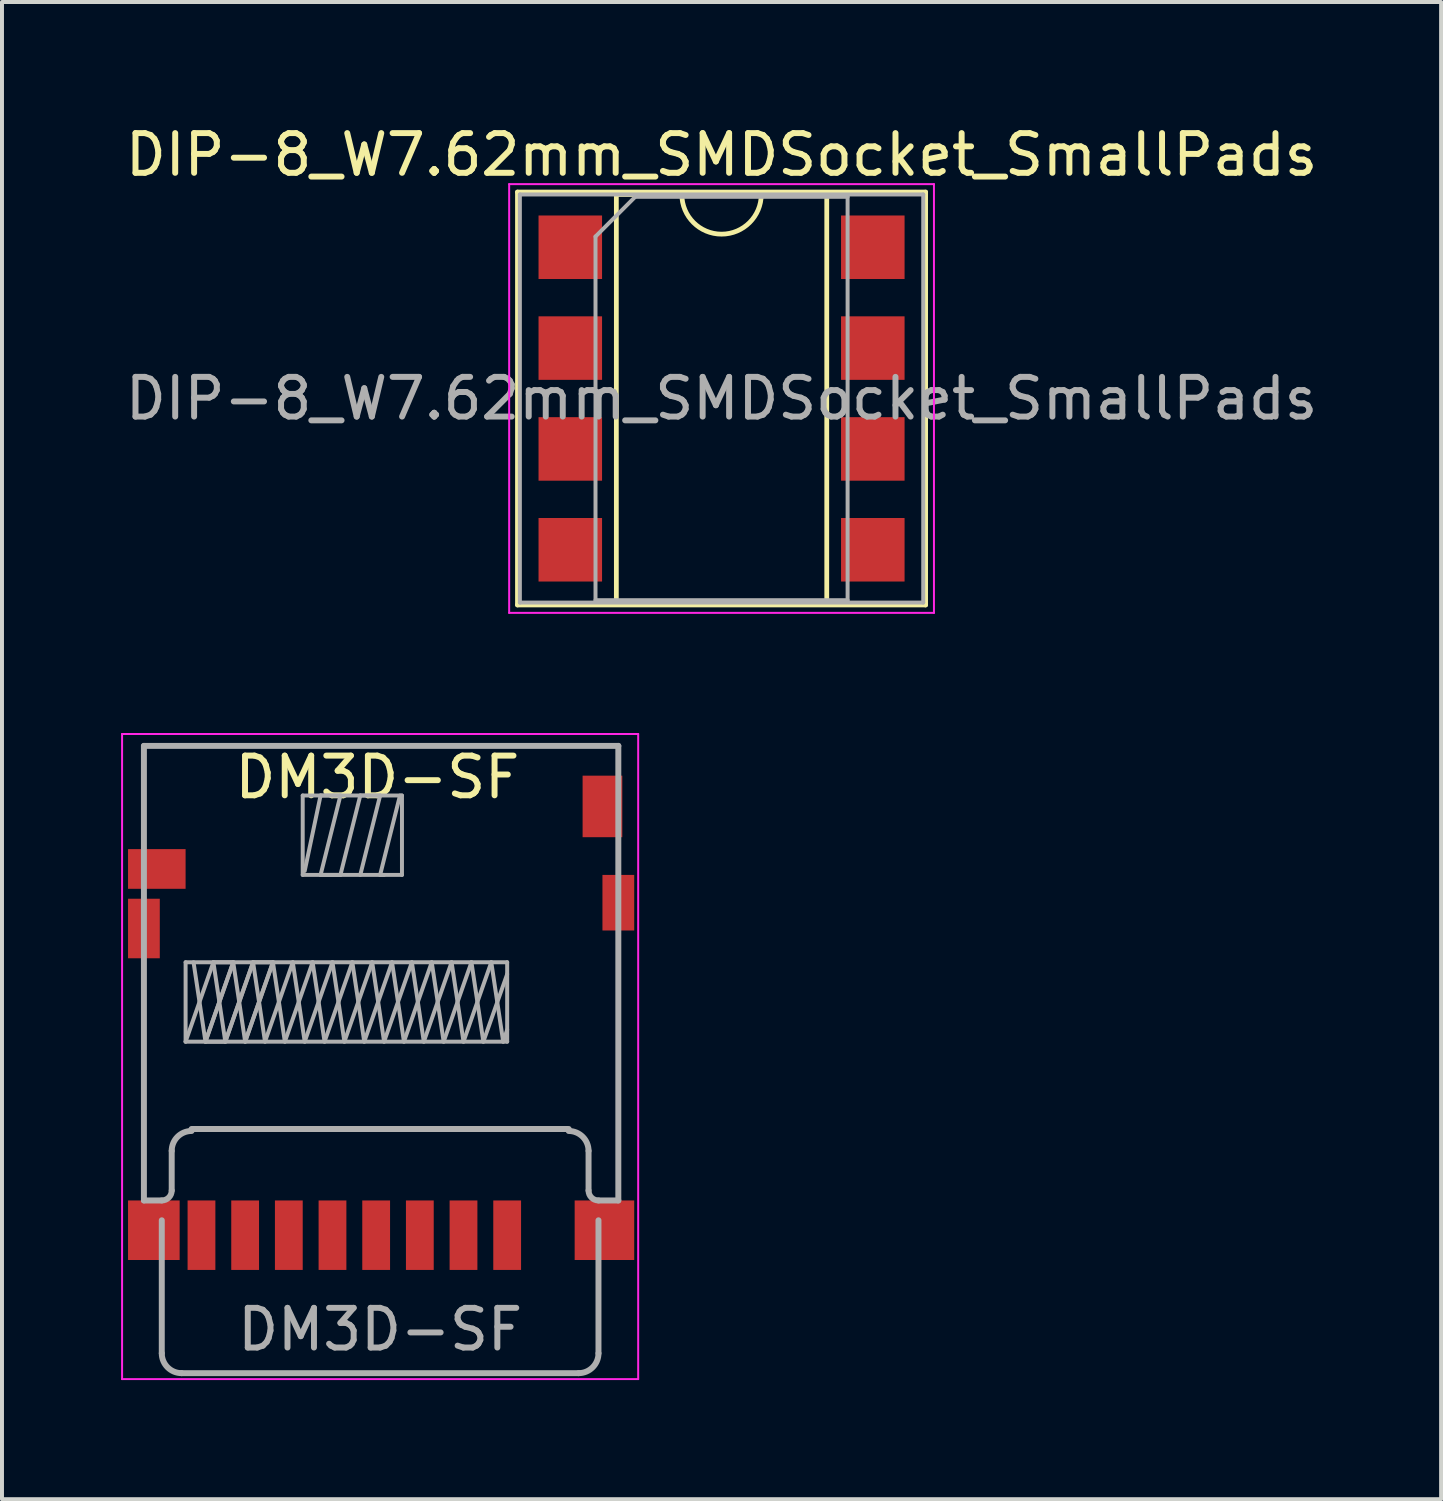
<source format=kicad_pcb>
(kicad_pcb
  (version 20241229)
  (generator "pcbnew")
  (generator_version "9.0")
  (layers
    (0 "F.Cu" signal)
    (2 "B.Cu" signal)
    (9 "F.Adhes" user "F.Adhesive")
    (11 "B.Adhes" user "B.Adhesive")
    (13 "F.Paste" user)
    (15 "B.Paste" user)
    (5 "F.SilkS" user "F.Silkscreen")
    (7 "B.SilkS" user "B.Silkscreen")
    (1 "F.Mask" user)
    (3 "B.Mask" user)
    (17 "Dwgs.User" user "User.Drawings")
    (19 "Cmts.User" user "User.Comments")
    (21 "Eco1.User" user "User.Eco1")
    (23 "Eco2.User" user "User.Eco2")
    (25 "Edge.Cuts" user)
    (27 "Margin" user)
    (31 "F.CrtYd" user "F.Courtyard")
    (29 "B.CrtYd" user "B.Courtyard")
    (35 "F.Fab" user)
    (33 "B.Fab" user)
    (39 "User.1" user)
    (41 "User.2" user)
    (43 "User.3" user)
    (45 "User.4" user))
  (footprint "DM3D-SF"
    (layer "F.Cu")
    (at 6.525 27.188)
    (property "Reference" "DM3D-SF" (at -0.07 -10.66 180) (layer "F.SilkS") (effects (font (size 1 1) (thickness 0.15))))
    (attr smd)
    (fp_line (start -6.5 -11.75) (end 6.5 -11.75) (stroke (width 0.05) (type solid)) (layer "F.CrtYd"))
    (fp_line (start -6.5 4.5) (end -6.5 -11.75) (stroke (width 0.05) (type solid)) (layer "F.CrtYd"))
    (fp_line (start 6.5 -11.75) (end 6.5 4.5) (stroke (width 0.05) (type solid)) (layer "F.CrtYd"))
    (fp_line (start 6.5 4.5) (end -6.5 4.5) (stroke (width 0.05) (type solid)) (layer "F.CrtYd"))
    (fp_line (start -5.95 -11.45) (end 6 -11.45) (stroke (width 0.15) (type solid)) (layer "F.Fab"))
    (fp_line (start -5.95 0) (end -5.95 -11.45) (stroke (width 0.15) (type solid)) (layer "F.Fab"))
    (fp_line (start -5.95 0) (end -5.5 0) (stroke (width 0.15) (type solid)) (layer "F.Fab"))
    (fp_line (start -5.5 0.5) (end -5.5 3.85) (stroke (width 0.15) (type solid)) (layer "F.Fab"))
    (fp_line (start -5.25 -0.25) (end -5.25 -1.25) (stroke (width 0.15) (type solid)) (layer "F.Fab"))
    (fp_line (start -5 4.35) (end 5 4.35) (stroke (width 0.15) (type solid)) (layer "F.Fab"))
    (fp_line (start -4.9 -6) (end -4.9 -4) (stroke (width 0.1) (type solid)) (layer "F.Fab"))
    (fp_line (start -4.9 -6) (end 3.2 -6) (stroke (width 0.1) (type solid)) (layer "F.Fab"))
    (fp_line (start -4.9 -4) (end -4.2 -6) (stroke (width 0.1) (type solid)) (layer "F.Fab"))
    (fp_line (start -4.9 -4) (end 3.2 -4) (stroke (width 0.1) (type solid)) (layer "F.Fab"))
    (fp_line (start -4.75 -1.8) (end 4.75 -1.8) (stroke (width 0.15) (type solid)) (layer "F.Fab"))
    (fp_line (start -4.7 -6) (end -4.4 -4) (stroke (width 0.1) (type solid)) (layer "F.Fab"))
    (fp_line (start -4.4 -4) (end -3.9 -4) (stroke (width 0.1) (type solid)) (layer "F.Fab"))
    (fp_line (start -4.4 -4) (end -3.7 -6) (stroke (width 0.1) (type solid)) (layer "F.Fab"))
    (fp_line (start -4.2 -6) (end -3.9 -4) (stroke (width 0.1) (type solid)) (layer "F.Fab"))
    (fp_line (start -4.2 -6) (end -3.7 -6) (stroke (width 0.1) (type solid)) (layer "F.Fab"))
    (fp_line (start -3.9 -4) (end -3.2 -6) (stroke (width 0.1) (type solid)) (layer "F.Fab"))
    (fp_line (start -3.9 -4) (end -3.2 -6) (stroke (width 0.1) (type solid)) (layer "F.Fab"))
    (fp_line (start -3.7 -6) (end -4.4 -4) (stroke (width 0.1) (type solid)) (layer "F.Fab"))
    (fp_line (start -3.7 -6) (end -3.4 -4) (stroke (width 0.1) (type solid)) (layer "F.Fab"))
    (fp_line (start -3.4 -4) (end -2.7 -6) (stroke (width 0.1) (type solid)) (layer "F.Fab"))
    (fp_line (start -3.2 -6) (end -2.9 -4) (stroke (width 0.1) (type solid)) (layer "F.Fab"))
    (fp_line (start -3.2 -6) (end -2.7 -6) (stroke (width 0.1) (type solid)) (layer "F.Fab"))
    (fp_line (start -2.9 -4) (end -2.2 -6) (stroke (width 0.1) (type solid)) (layer "F.Fab"))
    (fp_line (start -2.7 -6) (end -3.4 -4) (stroke (width 0.1) (type solid)) (layer "F.Fab"))
    (fp_line (start -2.7 -6) (end -2.4 -4) (stroke (width 0.1) (type solid)) (layer "F.Fab"))
    (fp_line (start -2.4 -4) (end -1.7 -6) (stroke (width 0.1) (type solid)) (layer "F.Fab"))
    (fp_line (start -2.2 -6) (end -1.9 -4) (stroke (width 0.1) (type solid)) (layer "F.Fab"))
    (fp_line (start -1.95 -10.2) (end -1.95 -8.2) (stroke (width 0.1) (type solid)) (layer "F.Fab"))
    (fp_line (start -1.9 -8.3) (end -1.5 -10.2) (stroke (width 0.1) (type solid)) (layer "F.Fab"))
    (fp_line (start -1.9 -4) (end -1.2 -6) (stroke (width 0.1) (type solid)) (layer "F.Fab"))
    (fp_line (start -1.7 -6) (end -1.4 -4) (stroke (width 0.1) (type solid)) (layer "F.Fab"))
    (fp_line (start -1.5 -10.2) (end -1 -10.2) (stroke (width 0.1) (type solid)) (layer "F.Fab"))
    (fp_line (start -1.5 -8.2) (end -1 -8.2) (stroke (width 0.1) (type solid)) (layer "F.Fab"))
    (fp_line (start -1.4 -4) (end -0.7 -6) (stroke (width 0.1) (type solid)) (layer "F.Fab"))
    (fp_line (start -1.2 -6) (end -0.9 -4) (stroke (width 0.1) (type solid)) (layer "F.Fab"))
    (fp_line (start -1 -10.2) (end -1.5 -8.2) (stroke (width 0.1) (type solid)) (layer "F.Fab"))
    (fp_line (start -1 -8.2) (end -0.5 -10.2) (stroke (width 0.1) (type solid)) (layer "F.Fab"))
    (fp_line (start -0.9 -4) (end -0.2 -6) (stroke (width 0.1) (type solid)) (layer "F.Fab"))
    (fp_line (start -0.7 -6) (end -0.4 -4) (stroke (width 0.1) (type solid)) (layer "F.Fab"))
    (fp_line (start -0.5 -10.2) (end 0 -10.2) (stroke (width 0.1) (type solid)) (layer "F.Fab"))
    (fp_line (start -0.4 -4) (end 0.3 -6) (stroke (width 0.1) (type solid)) (layer "F.Fab"))
    (fp_line (start -0.2 -6) (end 0.1 -4) (stroke (width 0.1) (type solid)) (layer "F.Fab"))
    (fp_line (start 0 -10.2) (end -0.5 -8.2) (stroke (width 0.1) (type solid)) (layer "F.Fab"))
    (fp_line (start 0 -8.2) (end 0.5 -10.2) (stroke (width 0.1) (type solid)) (layer "F.Fab"))
    (fp_line (start 0.1 -8.2) (end 0 -8.2) (stroke (width 0.1) (type solid)) (layer "F.Fab"))
    (fp_line (start 0.1 -4) (end 0.8 -6) (stroke (width 0.1) (type solid)) (layer "F.Fab"))
    (fp_line (start 0.3 -6) (end 0.6 -4) (stroke (width 0.1) (type solid)) (layer "F.Fab"))
    (fp_line (start 0.55 -10.2) (end -1.95 -10.2) (stroke (width 0.1) (type solid)) (layer "F.Fab"))
    (fp_line (start 0.55 -8.2) (end -1.95 -8.2) (stroke (width 0.1) (type solid)) (layer "F.Fab"))
    (fp_line (start 0.55 -8.2) (end 0.55 -10.2) (stroke (width 0.1) (type solid)) (layer "F.Fab"))
    (fp_line (start 0.6 -4) (end 1.3 -6) (stroke (width 0.1) (type solid)) (layer "F.Fab"))
    (fp_line (start 0.8 -6) (end 1.1 -4) (stroke (width 0.1) (type solid)) (layer "F.Fab"))
    (fp_line (start 1.1 -4) (end 1.8 -6) (stroke (width 0.1) (type solid)) (layer "F.Fab"))
    (fp_line (start 1.3 -6) (end 1.6 -4) (stroke (width 0.1) (type solid)) (layer "F.Fab"))
    (fp_line (start 1.6 -4) (end 2.3 -6) (stroke (width 0.1) (type solid)) (layer "F.Fab"))
    (fp_line (start 1.8 -6) (end 2.1 -4) (stroke (width 0.1) (type solid)) (layer "F.Fab"))
    (fp_line (start 2.1 -4) (end 2.8 -6) (stroke (width 0.1) (type solid)) (layer "F.Fab"))
    (fp_line (start 2.3 -6) (end 2.6 -4) (stroke (width 0.1) (type solid)) (layer "F.Fab"))
    (fp_line (start 2.6 -4) (end 3.2 -5.7) (stroke (width 0.1) (type solid)) (layer "F.Fab"))
    (fp_line (start 2.8 -6) (end 3.1 -4) (stroke (width 0.1) (type solid)) (layer "F.Fab"))
    (fp_line (start 3.1 -4) (end 3.2 -4.3) (stroke (width 0.1) (type solid)) (layer "F.Fab"))
    (fp_line (start 3.2 -4) (end 3.2 -6) (stroke (width 0.1) (type solid)) (layer "F.Fab"))
    (fp_line (start 5.25 -0.25) (end 5.25 -1.25) (stroke (width 0.15) (type solid)) (layer "F.Fab"))
    (fp_line (start 5.5 0) (end 6 0) (stroke (width 0.15) (type solid)) (layer "F.Fab"))
    (fp_line (start 5.5 3.85) (end 5.5 0.5) (stroke (width 0.15) (type solid)) (layer "F.Fab"))
    (fp_line (start 6 0) (end 6 -11.45) (stroke (width 0.15) (type solid)) (layer "F.Fab"))
    (fp_arc (start -5.25 -1.25) (mid -5.103553 -1.603553) (end -4.75 -1.75) (stroke (width 0.15) (type solid)) (layer "F.Fab"))
    (fp_arc (start -5.25 -0.25) (mid -5.323223 -0.073223) (end -5.5 0) (stroke (width 0.15) (type solid)) (layer "F.Fab"))
    (fp_arc (start -5 4.35) (mid -5.353553 4.203553) (end -5.5 3.85) (stroke (width 0.15) (type solid)) (layer "F.Fab"))
    (fp_arc (start 4.75 -1.75) (mid 5.103553 -1.603553) (end 5.25 -1.25) (stroke (width 0.15) (type solid)) (layer "F.Fab"))
    (fp_arc (start 5.5 0) (mid 5.323223 -0.073223) (end 5.25 -0.25) (stroke (width 0.15) (type solid)) (layer "F.Fab"))
    (fp_arc (start 5.5 3.85) (mid 5.353553 4.203553) (end 5 4.35) (stroke (width 0.15) (type solid)) (layer "F.Fab"))
    (fp_text user "${REFERENCE}" (at 0 3.25 180) (layer "F.Fab") (effects (font (size 1 1) (thickness 0.15))))
    (pad "1" smd rect (at 3.2 0.875) (size 0.7 1.75) (layers "F.Cu" "F.Mask" "F.Paste"))
    (pad "2" smd rect (at 2.1 0.875) (size 0.7 1.75) (layers "F.Cu" "F.Mask" "F.Paste"))
    (pad "3" smd rect (at 1 0.875) (size 0.7 1.75) (layers "F.Cu" "F.Mask" "F.Paste"))
    (pad "4" smd rect (at -0.1 0.875) (size 0.7 1.75) (layers "F.Cu" "F.Mask" "F.Paste"))
    (pad "5" smd rect (at -1.2 0.875) (size 0.7 1.75) (layers "F.Cu" "F.Mask" "F.Paste"))
    (pad "6" smd rect (at -2.3 0.875) (size 0.7 1.75) (layers "F.Cu" "F.Mask" "F.Paste"))
    (pad "7" smd rect (at -3.4 0.875) (size 0.7 1.75) (layers "F.Cu" "F.Mask" "F.Paste"))
    (pad "8" smd rect (at -4.5 0.875) (size 0.7 1.75) (layers "F.Cu" "F.Mask" "F.Paste"))
    (pad "9" smd rect (at -5.7 0.75) (size 1.3 1.5) (layers "F.Cu" "F.Mask" "F.Paste"))
    (pad "10" smd rect (at -5.95 -6.85) (size 0.8 1.5) (layers "F.Cu" "F.Mask" "F.Paste"))
    (pad "11" smd rect (at 6 -7.5) (size 0.8 1.4) (layers "F.Cu" "F.Mask" "F.Paste"))
    (pad "12" smd rect (at 5.65 0.75) (size 1.5 1.5) (layers "F.Cu" "F.Mask" "F.Paste"))
    (pad "A" smd rect (at 5.6 -9.925) (size 1 1.55) (layers "F.Cu" "F.Mask" "F.Paste"))
    (pad "B" smd rect (at -5.625 -8.35) (size 1.45 1) (layers "F.Cu" "F.Mask" "F.Paste")))
  (footprint "DIP-8_W7.62mm_SMDSocket_SmallPads"
    (layer "F.Cu")
    (at 15.125 6.988)
    (property "Reference" "DIP-8_W7.62mm_SMDSocket_SmallPads" (at 0 -6.14 0) (layer "F.SilkS") (effects (font (size 1 1) (thickness 0.15))))
    (attr smd)
    (fp_line (start -5.14 -5.2) (end -5.14 5.2) (stroke (width 0.12) (type solid)) (layer "F.SilkS"))
    (fp_line (start -5.14 5.2) (end 5.14 5.2) (stroke (width 0.12) (type solid)) (layer "F.SilkS"))
    (fp_line (start -2.65 -5.14) (end -2.65 5.14) (stroke (width 0.12) (type solid)) (layer "F.SilkS"))
    (fp_line (start -2.65 5.14) (end 2.65 5.14) (stroke (width 0.12) (type solid)) (layer "F.SilkS"))
    (fp_line (start -1 -5.14) (end -2.65 -5.14) (stroke (width 0.12) (type solid)) (layer "F.SilkS"))
    (fp_line (start 2.65 -5.14) (end 1 -5.14) (stroke (width 0.12) (type solid)) (layer "F.SilkS"))
    (fp_line (start 2.65 5.14) (end 2.65 -5.14) (stroke (width 0.12) (type solid)) (layer "F.SilkS"))
    (fp_line (start 5.14 -5.2) (end -5.14 -5.2) (stroke (width 0.12) (type solid)) (layer "F.SilkS"))
    (fp_line (start 5.14 5.2) (end 5.14 -5.2) (stroke (width 0.12) (type solid)) (layer "F.SilkS"))
    (fp_arc (start 1 -5.14) (mid 0 -4.14) (end -1 -5.14) (stroke (width 0.12) (type solid)) (layer "F.SilkS"))
    (fp_line (start -5.35 -5.4) (end -5.35 5.4) (stroke (width 0.05) (type solid)) (layer "F.CrtYd"))
    (fp_line (start -5.35 5.4) (end 5.35 5.4) (stroke (width 0.05) (type solid)) (layer "F.CrtYd"))
    (fp_line (start 5.35 -5.4) (end -5.35 -5.4) (stroke (width 0.05) (type solid)) (layer "F.CrtYd"))
    (fp_line (start 5.35 5.4) (end 5.35 -5.4) (stroke (width 0.05) (type solid)) (layer "F.CrtYd"))
    (fp_line (start -5.08 -5.14) (end -5.08 5.14) (stroke (width 0.1) (type solid)) (layer "F.Fab"))
    (fp_line (start -5.08 5.14) (end 5.08 5.14) (stroke (width 0.1) (type solid)) (layer "F.Fab"))
    (fp_line (start -3.175 -4.08) (end -2.175 -5.08) (stroke (width 0.1) (type solid)) (layer "F.Fab"))
    (fp_line (start -3.175 5.08) (end -3.175 -4.08) (stroke (width 0.1) (type solid)) (layer "F.Fab"))
    (fp_line (start -2.175 -5.08) (end 3.175 -5.08) (stroke (width 0.1) (type solid)) (layer "F.Fab"))
    (fp_line (start 3.175 -5.08) (end 3.175 5.08) (stroke (width 0.1) (type solid)) (layer "F.Fab"))
    (fp_line (start 3.175 5.08) (end -3.175 5.08) (stroke (width 0.1) (type solid)) (layer "F.Fab"))
    (fp_line (start 5.08 -5.14) (end -5.08 -5.14) (stroke (width 0.1) (type solid)) (layer "F.Fab"))
    (fp_line (start 5.08 5.14) (end 5.08 -5.14) (stroke (width 0.1) (type solid)) (layer "F.Fab"))
    (fp_text user "${REFERENCE}" (at 0 0 0) (layer "F.Fab") (effects (font (size 1 1) (thickness 0.15))))
    (pad "1" smd rect (at -3.81 -3.81) (size 1.6 1.6) (layers "F.Cu" "F.Mask" "F.Paste"))
    (pad "2" smd rect (at -3.81 -1.27) (size 1.6 1.6) (layers "F.Cu" "F.Mask" "F.Paste"))
    (pad "3" smd rect (at -3.81 1.27) (size 1.6 1.6) (layers "F.Cu" "F.Mask" "F.Paste"))
    (pad "4" smd rect (at -3.81 3.81) (size 1.6 1.6) (layers "F.Cu" "F.Mask" "F.Paste"))
    (pad "5" smd rect (at 3.81 3.81) (size 1.6 1.6) (layers "F.Cu" "F.Mask" "F.Paste"))
    (pad "6" smd rect (at 3.81 1.27) (size 1.6 1.6) (layers "F.Cu" "F.Mask" "F.Paste"))
    (pad "7" smd rect (at 3.81 -1.27) (size 1.6 1.6) (layers "F.Cu" "F.Mask" "F.Paste"))
    (pad "8" smd rect (at 3.81 -3.81) (size 1.6 1.6) (layers "F.Cu" "F.Mask" "F.Paste")))
  (gr_rect
    (start -3 -3)
    (end 33.25 34.713)
    (stroke (width 0.1) (type default))
    (fill no)
    (layer "Edge.Cuts")))
</source>
